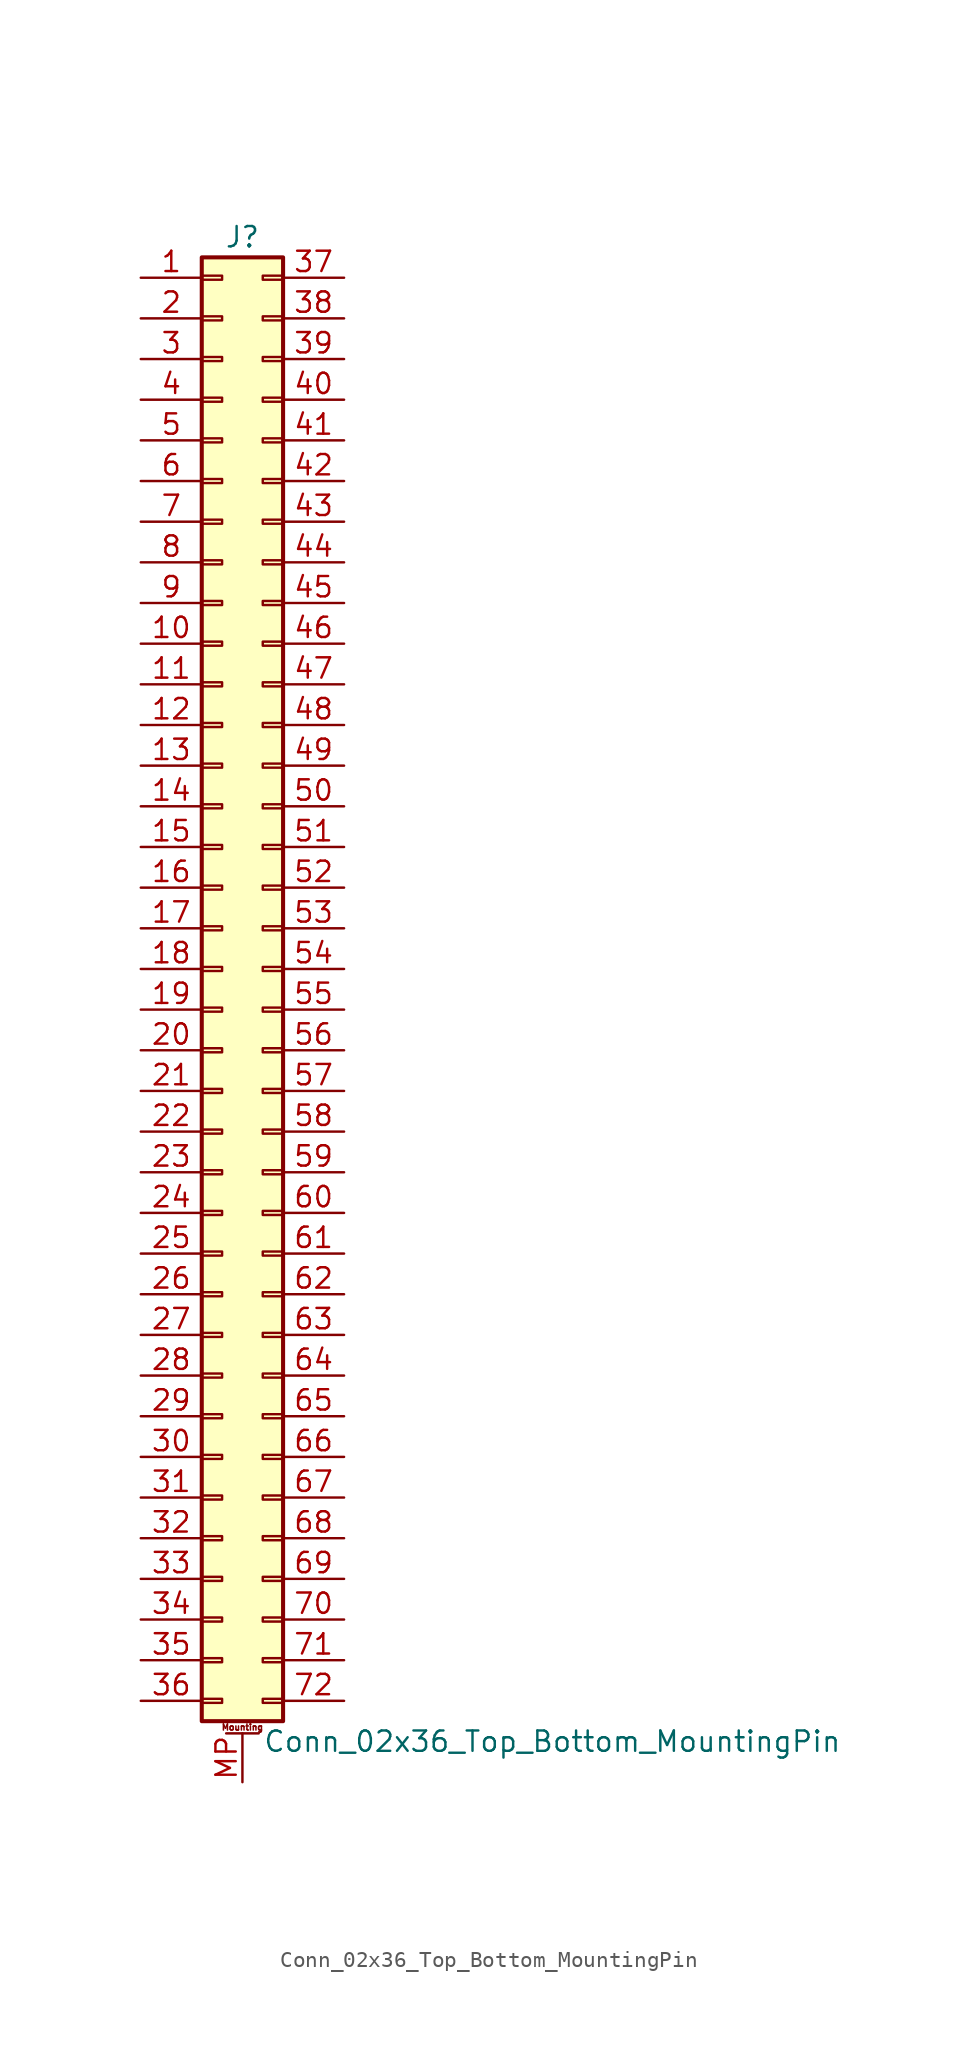
<source format=kicad_sym>
(kicad_symbol_lib
  (version 20201005)
  (generator kicad_symbol_editor)
  (symbol "Conn_02x36_Top_Bottom_MountingPin"
    (pin_names
      (offset 1.016) hide)
    (property "Reference" "J"
      (at 1.27 45.72 0)
      (effects (font (size 1.27 1.27))))
    (property "Value" "Conn_02x36_Top_Bottom_MountingPin"
      (at 2.54 -48.26 0)
      (effects (font (size 1.27 1.27)) (justify left)))
    (symbol "Conn_02x36_Top_Bottom_MountingPin_1_1"
      (text "Mounting" (at 1.27 -47.371 0) (effects (font (size 0.381 0.381))))
      (rectangle (start -1.27 -45.593) (end 0 -45.847) (stroke (width 0.152)) (fill (type none)))
      (rectangle (start -1.27 -43.053) (end 0 -43.307) (stroke (width 0.152)) (fill (type none)))
      (rectangle (start -1.27 -40.513) (end 0 -40.767) (stroke (width 0.152)) (fill (type none)))
      (rectangle (start -1.27 -37.973) (end 0 -38.227) (stroke (width 0.152)) (fill (type none)))
      (rectangle (start -1.27 -35.433) (end 0 -35.687) (stroke (width 0.152)) (fill (type none)))
      (rectangle (start -1.27 -32.893) (end 0 -33.147) (stroke (width 0.152)) (fill (type none)))
      (rectangle (start -1.27 -30.353) (end 0 -30.607) (stroke (width 0.152)) (fill (type none)))
      (rectangle (start -1.27 -27.813) (end 0 -28.067) (stroke (width 0.152)) (fill (type none)))
      (rectangle (start -1.27 -25.273) (end 0 -25.527) (stroke (width 0.152)) (fill (type none)))
      (rectangle (start -1.27 -22.733) (end 0 -22.987) (stroke (width 0.152)) (fill (type none)))
      (rectangle (start -1.27 -20.193) (end 0 -20.447) (stroke (width 0.152)) (fill (type none)))
      (rectangle (start -1.27 -17.653) (end 0 -17.907) (stroke (width 0.152)) (fill (type none)))
      (rectangle (start -1.27 -15.113) (end 0 -15.367) (stroke (width 0.152)) (fill (type none)))
      (rectangle (start -1.27 -12.573) (end 0 -12.827) (stroke (width 0.152)) (fill (type none)))
      (rectangle (start -1.27 -10.033) (end 0 -10.287) (stroke (width 0.152)) (fill (type none)))
      (rectangle (start -1.27 -7.493) (end 0 -7.747) (stroke (width 0.152)) (fill (type none)))
      (rectangle (start -1.27 -4.953) (end 0 -5.207) (stroke (width 0.152)) (fill (type none)))
      (rectangle (start -1.27 -2.413) (end 0 -2.667) (stroke (width 0.152)) (fill (type none)))
      (rectangle (start -1.27 0.127) (end 0 -0.127) (stroke (width 0.152)) (fill (type none)))
      (rectangle (start -1.27 2.667) (end 0 2.413) (stroke (width 0.152)) (fill (type none)))
      (rectangle (start -1.27 5.207) (end 0 4.953) (stroke (width 0.152)) (fill (type none)))
      (rectangle (start -1.27 7.747) (end 0 7.493) (stroke (width 0.152)) (fill (type none)))
      (rectangle (start -1.27 10.287) (end 0 10.033) (stroke (width 0.152)) (fill (type none)))
      (rectangle (start -1.27 12.827) (end 0 12.573) (stroke (width 0.152)) (fill (type none)))
      (rectangle (start -1.27 15.367) (end 0 15.113) (stroke (width 0.152)) (fill (type none)))
      (rectangle (start -1.27 17.907) (end 0 17.653) (stroke (width 0.152)) (fill (type none)))
      (rectangle (start -1.27 20.447) (end 0 20.193) (stroke (width 0.152)) (fill (type none)))
      (rectangle (start -1.27 22.987) (end 0 22.733) (stroke (width 0.152)) (fill (type none)))
      (rectangle (start -1.27 25.527) (end 0 25.273) (stroke (width 0.152)) (fill (type none)))
      (rectangle (start -1.27 28.067) (end 0 27.813) (stroke (width 0.152)) (fill (type none)))
      (rectangle (start -1.27 30.607) (end 0 30.353) (stroke (width 0.152)) (fill (type none)))
      (rectangle (start -1.27 33.147) (end 0 32.893) (stroke (width 0.152)) (fill (type none)))
      (rectangle (start -1.27 35.687) (end 0 35.433) (stroke (width 0.152)) (fill (type none)))
      (rectangle (start -1.27 38.227) (end 0 37.973) (stroke (width 0.152)) (fill (type none)))
      (rectangle (start -1.27 40.767) (end 0 40.513) (stroke (width 0.152)) (fill (type none)))
      (rectangle (start -1.27 43.307) (end 0 43.053) (stroke (width 0.152)) (fill (type none)))
      (rectangle (start -1.27 44.45) (end 3.81 -46.99) (stroke (width 0.254)) (fill (type background)))
      (rectangle (start 3.81 -45.593) (end 2.54 -45.847) (stroke (width 0.152)) (fill (type none)))
      (rectangle (start 3.81 -43.053) (end 2.54 -43.307) (stroke (width 0.152)) (fill (type none)))
      (rectangle (start 3.81 -40.513) (end 2.54 -40.767) (stroke (width 0.152)) (fill (type none)))
      (rectangle (start 3.81 -37.973) (end 2.54 -38.227) (stroke (width 0.152)) (fill (type none)))
      (rectangle (start 3.81 -35.433) (end 2.54 -35.687) (stroke (width 0.152)) (fill (type none)))
      (rectangle (start 3.81 -32.893) (end 2.54 -33.147) (stroke (width 0.152)) (fill (type none)))
      (rectangle (start 3.81 -30.353) (end 2.54 -30.607) (stroke (width 0.152)) (fill (type none)))
      (rectangle (start 3.81 -27.813) (end 2.54 -28.067) (stroke (width 0.152)) (fill (type none)))
      (rectangle (start 3.81 -25.273) (end 2.54 -25.527) (stroke (width 0.152)) (fill (type none)))
      (rectangle (start 3.81 -22.733) (end 2.54 -22.987) (stroke (width 0.152)) (fill (type none)))
      (rectangle (start 3.81 -20.193) (end 2.54 -20.447) (stroke (width 0.152)) (fill (type none)))
      (rectangle (start 3.81 -17.653) (end 2.54 -17.907) (stroke (width 0.152)) (fill (type none)))
      (rectangle (start 3.81 -15.113) (end 2.54 -15.367) (stroke (width 0.152)) (fill (type none)))
      (rectangle (start 3.81 -12.573) (end 2.54 -12.827) (stroke (width 0.152)) (fill (type none)))
      (rectangle (start 3.81 -10.033) (end 2.54 -10.287) (stroke (width 0.152)) (fill (type none)))
      (rectangle (start 3.81 -7.493) (end 2.54 -7.747) (stroke (width 0.152)) (fill (type none)))
      (rectangle (start 3.81 -4.953) (end 2.54 -5.207) (stroke (width 0.152)) (fill (type none)))
      (rectangle (start 3.81 -2.413) (end 2.54 -2.667) (stroke (width 0.152)) (fill (type none)))
      (rectangle (start 3.81 0.127) (end 2.54 -0.127) (stroke (width 0.152)) (fill (type none)))
      (rectangle (start 3.81 2.667) (end 2.54 2.413) (stroke (width 0.152)) (fill (type none)))
      (rectangle (start 3.81 5.207) (end 2.54 4.953) (stroke (width 0.152)) (fill (type none)))
      (rectangle (start 3.81 7.747) (end 2.54 7.493) (stroke (width 0.152)) (fill (type none)))
      (rectangle (start 3.81 10.287) (end 2.54 10.033) (stroke (width 0.152)) (fill (type none)))
      (rectangle (start 3.81 12.827) (end 2.54 12.573) (stroke (width 0.152)) (fill (type none)))
      (rectangle (start 3.81 15.367) (end 2.54 15.113) (stroke (width 0.152)) (fill (type none)))
      (rectangle (start 3.81 17.907) (end 2.54 17.653) (stroke (width 0.152)) (fill (type none)))
      (rectangle (start 3.81 20.447) (end 2.54 20.193) (stroke (width 0.152)) (fill (type none)))
      (rectangle (start 3.81 22.987) (end 2.54 22.733) (stroke (width 0.152)) (fill (type none)))
      (rectangle (start 3.81 25.527) (end 2.54 25.273) (stroke (width 0.152)) (fill (type none)))
      (rectangle (start 3.81 28.067) (end 2.54 27.813) (stroke (width 0.152)) (fill (type none)))
      (rectangle (start 3.81 30.607) (end 2.54 30.353) (stroke (width 0.152)) (fill (type none)))
      (rectangle (start 3.81 33.147) (end 2.54 32.893) (stroke (width 0.152)) (fill (type none)))
      (rectangle (start 3.81 35.687) (end 2.54 35.433) (stroke (width 0.152)) (fill (type none)))
      (rectangle (start 3.81 38.227) (end 2.54 37.973) (stroke (width 0.152)) (fill (type none)))
      (rectangle (start 3.81 40.767) (end 2.54 40.513) (stroke (width 0.152)) (fill (type none)))
      (rectangle (start 3.81 43.307) (end 2.54 43.053) (stroke (width 0.152)) (fill (type none)))
      (polyline (pts (xy 0.254 -47.752) (xy 2.286 -47.752)) (stroke (width 0.152)) (fill (type none)))
      (pin passive line (at -5.08 43.18 0) (length 3.81) (name "Pin_1" (effects (font (size 1.27 1.27)))) (number "1" (effects (font (size 1.27 1.27)))))
      (pin passive line (at -5.08 20.32 0) (length 3.81) (name "Pin_10" (effects (font (size 1.27 1.27)))) (number "10" (effects (font (size 1.27 1.27)))))
      (pin passive line (at -5.08 17.78 0) (length 3.81) (name "Pin_11" (effects (font (size 1.27 1.27)))) (number "11" (effects (font (size 1.27 1.27)))))
      (pin passive line (at -5.08 15.24 0) (length 3.81) (name "Pin_12" (effects (font (size 1.27 1.27)))) (number "12" (effects (font (size 1.27 1.27)))))
      (pin passive line (at -5.08 12.7 0) (length 3.81) (name "Pin_13" (effects (font (size 1.27 1.27)))) (number "13" (effects (font (size 1.27 1.27)))))
      (pin passive line (at -5.08 10.16 0) (length 3.81) (name "Pin_14" (effects (font (size 1.27 1.27)))) (number "14" (effects (font (size 1.27 1.27)))))
      (pin passive line (at -5.08 7.62 0) (length 3.81) (name "Pin_15" (effects (font (size 1.27 1.27)))) (number "15" (effects (font (size 1.27 1.27)))))
      (pin passive line (at -5.08 5.08 0) (length 3.81) (name "Pin_16" (effects (font (size 1.27 1.27)))) (number "16" (effects (font (size 1.27 1.27)))))
      (pin passive line (at -5.08 2.54 0) (length 3.81) (name "Pin_17" (effects (font (size 1.27 1.27)))) (number "17" (effects (font (size 1.27 1.27)))))
      (pin passive line (at -5.08 0 0) (length 3.81) (name "Pin_18" (effects (font (size 1.27 1.27)))) (number "18" (effects (font (size 1.27 1.27)))))
      (pin passive line (at -5.08 -2.54 0) (length 3.81) (name "Pin_19" (effects (font (size 1.27 1.27)))) (number "19" (effects (font (size 1.27 1.27)))))
      (pin passive line (at -5.08 40.64 0) (length 3.81) (name "Pin_2" (effects (font (size 1.27 1.27)))) (number "2" (effects (font (size 1.27 1.27)))))
      (pin passive line (at -5.08 -5.08 0) (length 3.81) (name "Pin_20" (effects (font (size 1.27 1.27)))) (number "20" (effects (font (size 1.27 1.27)))))
      (pin passive line (at -5.08 -7.62 0) (length 3.81) (name "Pin_21" (effects (font (size 1.27 1.27)))) (number "21" (effects (font (size 1.27 1.27)))))
      (pin passive line (at -5.08 -10.16 0) (length 3.81) (name "Pin_22" (effects (font (size 1.27 1.27)))) (number "22" (effects (font (size 1.27 1.27)))))
      (pin passive line (at -5.08 -12.7 0) (length 3.81) (name "Pin_23" (effects (font (size 1.27 1.27)))) (number "23" (effects (font (size 1.27 1.27)))))
      (pin passive line (at -5.08 -15.24 0) (length 3.81) (name "Pin_24" (effects (font (size 1.27 1.27)))) (number "24" (effects (font (size 1.27 1.27)))))
      (pin passive line (at -5.08 -17.78 0) (length 3.81) (name "Pin_25" (effects (font (size 1.27 1.27)))) (number "25" (effects (font (size 1.27 1.27)))))
      (pin passive line (at -5.08 -20.32 0) (length 3.81) (name "Pin_26" (effects (font (size 1.27 1.27)))) (number "26" (effects (font (size 1.27 1.27)))))
      (pin passive line (at -5.08 -22.86 0) (length 3.81) (name "Pin_27" (effects (font (size 1.27 1.27)))) (number "27" (effects (font (size 1.27 1.27)))))
      (pin passive line (at -5.08 -25.4 0) (length 3.81) (name "Pin_28" (effects (font (size 1.27 1.27)))) (number "28" (effects (font (size 1.27 1.27)))))
      (pin passive line (at -5.08 -27.94 0) (length 3.81) (name "Pin_29" (effects (font (size 1.27 1.27)))) (number "29" (effects (font (size 1.27 1.27)))))
      (pin passive line (at -5.08 38.1 0) (length 3.81) (name "Pin_3" (effects (font (size 1.27 1.27)))) (number "3" (effects (font (size 1.27 1.27)))))
      (pin passive line (at -5.08 -30.48 0) (length 3.81) (name "Pin_30" (effects (font (size 1.27 1.27)))) (number "30" (effects (font (size 1.27 1.27)))))
      (pin passive line (at -5.08 -33.02 0) (length 3.81) (name "Pin_31" (effects (font (size 1.27 1.27)))) (number "31" (effects (font (size 1.27 1.27)))))
      (pin passive line (at -5.08 -35.56 0) (length 3.81) (name "Pin_32" (effects (font (size 1.27 1.27)))) (number "32" (effects (font (size 1.27 1.27)))))
      (pin passive line (at -5.08 -38.1 0) (length 3.81) (name "Pin_33" (effects (font (size 1.27 1.27)))) (number "33" (effects (font (size 1.27 1.27)))))
      (pin passive line (at -5.08 -40.64 0) (length 3.81) (name "Pin_34" (effects (font (size 1.27 1.27)))) (number "34" (effects (font (size 1.27 1.27)))))
      (pin passive line (at -5.08 -43.18 0) (length 3.81) (name "Pin_35" (effects (font (size 1.27 1.27)))) (number "35" (effects (font (size 1.27 1.27)))))
      (pin passive line (at -5.08 -45.72 0) (length 3.81) (name "Pin_36" (effects (font (size 1.27 1.27)))) (number "36" (effects (font (size 1.27 1.27)))))
      (pin passive line (at 7.62 43.18 180) (length 3.81) (name "Pin_37" (effects (font (size 1.27 1.27)))) (number "37" (effects (font (size 1.27 1.27)))))
      (pin passive line (at 7.62 40.64 180) (length 3.81) (name "Pin_38" (effects (font (size 1.27 1.27)))) (number "38" (effects (font (size 1.27 1.27)))))
      (pin passive line (at 7.62 38.1 180) (length 3.81) (name "Pin_39" (effects (font (size 1.27 1.27)))) (number "39" (effects (font (size 1.27 1.27)))))
      (pin passive line (at -5.08 35.56 0) (length 3.81) (name "Pin_4" (effects (font (size 1.27 1.27)))) (number "4" (effects (font (size 1.27 1.27)))))
      (pin passive line (at 7.62 35.56 180) (length 3.81) (name "Pin_40" (effects (font (size 1.27 1.27)))) (number "40" (effects (font (size 1.27 1.27)))))
      (pin passive line (at 7.62 33.02 180) (length 3.81) (name "Pin_41" (effects (font (size 1.27 1.27)))) (number "41" (effects (font (size 1.27 1.27)))))
      (pin passive line (at 7.62 30.48 180) (length 3.81) (name "Pin_42" (effects (font (size 1.27 1.27)))) (number "42" (effects (font (size 1.27 1.27)))))
      (pin passive line (at 7.62 27.94 180) (length 3.81) (name "Pin_43" (effects (font (size 1.27 1.27)))) (number "43" (effects (font (size 1.27 1.27)))))
      (pin passive line (at 7.62 25.4 180) (length 3.81) (name "Pin_44" (effects (font (size 1.27 1.27)))) (number "44" (effects (font (size 1.27 1.27)))))
      (pin passive line (at 7.62 22.86 180) (length 3.81) (name "Pin_45" (effects (font (size 1.27 1.27)))) (number "45" (effects (font (size 1.27 1.27)))))
      (pin passive line (at 7.62 20.32 180) (length 3.81) (name "Pin_46" (effects (font (size 1.27 1.27)))) (number "46" (effects (font (size 1.27 1.27)))))
      (pin passive line (at 7.62 17.78 180) (length 3.81) (name "Pin_47" (effects (font (size 1.27 1.27)))) (number "47" (effects (font (size 1.27 1.27)))))
      (pin passive line (at 7.62 15.24 180) (length 3.81) (name "Pin_48" (effects (font (size 1.27 1.27)))) (number "48" (effects (font (size 1.27 1.27)))))
      (pin passive line (at 7.62 12.7 180) (length 3.81) (name "Pin_49" (effects (font (size 1.27 1.27)))) (number "49" (effects (font (size 1.27 1.27)))))
      (pin passive line (at -5.08 33.02 0) (length 3.81) (name "Pin_5" (effects (font (size 1.27 1.27)))) (number "5" (effects (font (size 1.27 1.27)))))
      (pin passive line (at 7.62 10.16 180) (length 3.81) (name "Pin_50" (effects (font (size 1.27 1.27)))) (number "50" (effects (font (size 1.27 1.27)))))
      (pin passive line (at 7.62 7.62 180) (length 3.81) (name "Pin_51" (effects (font (size 1.27 1.27)))) (number "51" (effects (font (size 1.27 1.27)))))
      (pin passive line (at 7.62 5.08 180) (length 3.81) (name "Pin_52" (effects (font (size 1.27 1.27)))) (number "52" (effects (font (size 1.27 1.27)))))
      (pin passive line (at 7.62 2.54 180) (length 3.81) (name "Pin_53" (effects (font (size 1.27 1.27)))) (number "53" (effects (font (size 1.27 1.27)))))
      (pin passive line (at 7.62 0 180) (length 3.81) (name "Pin_54" (effects (font (size 1.27 1.27)))) (number "54" (effects (font (size 1.27 1.27)))))
      (pin passive line (at 7.62 -2.54 180) (length 3.81) (name "Pin_55" (effects (font (size 1.27 1.27)))) (number "55" (effects (font (size 1.27 1.27)))))
      (pin passive line (at 7.62 -5.08 180) (length 3.81) (name "Pin_56" (effects (font (size 1.27 1.27)))) (number "56" (effects (font (size 1.27 1.27)))))
      (pin passive line (at 7.62 -7.62 180) (length 3.81) (name "Pin_57" (effects (font (size 1.27 1.27)))) (number "57" (effects (font (size 1.27 1.27)))))
      (pin passive line (at 7.62 -10.16 180) (length 3.81) (name "Pin_58" (effects (font (size 1.27 1.27)))) (number "58" (effects (font (size 1.27 1.27)))))
      (pin passive line (at 7.62 -12.7 180) (length 3.81) (name "Pin_59" (effects (font (size 1.27 1.27)))) (number "59" (effects (font (size 1.27 1.27)))))
      (pin passive line (at -5.08 30.48 0) (length 3.81) (name "Pin_6" (effects (font (size 1.27 1.27)))) (number "6" (effects (font (size 1.27 1.27)))))
      (pin passive line (at 7.62 -15.24 180) (length 3.81) (name "Pin_60" (effects (font (size 1.27 1.27)))) (number "60" (effects (font (size 1.27 1.27)))))
      (pin passive line (at 7.62 -17.78 180) (length 3.81) (name "Pin_61" (effects (font (size 1.27 1.27)))) (number "61" (effects (font (size 1.27 1.27)))))
      (pin passive line (at 7.62 -20.32 180) (length 3.81) (name "Pin_62" (effects (font (size 1.27 1.27)))) (number "62" (effects (font (size 1.27 1.27)))))
      (pin passive line (at 7.62 -22.86 180) (length 3.81) (name "Pin_63" (effects (font (size 1.27 1.27)))) (number "63" (effects (font (size 1.27 1.27)))))
      (pin passive line (at 7.62 -25.4 180) (length 3.81) (name "Pin_64" (effects (font (size 1.27 1.27)))) (number "64" (effects (font (size 1.27 1.27)))))
      (pin passive line (at 7.62 -27.94 180) (length 3.81) (name "Pin_65" (effects (font (size 1.27 1.27)))) (number "65" (effects (font (size 1.27 1.27)))))
      (pin passive line (at 7.62 -30.48 180) (length 3.81) (name "Pin_66" (effects (font (size 1.27 1.27)))) (number "66" (effects (font (size 1.27 1.27)))))
      (pin passive line (at 7.62 -33.02 180) (length 3.81) (name "Pin_67" (effects (font (size 1.27 1.27)))) (number "67" (effects (font (size 1.27 1.27)))))
      (pin passive line (at 7.62 -35.56 180) (length 3.81) (name "Pin_68" (effects (font (size 1.27 1.27)))) (number "68" (effects (font (size 1.27 1.27)))))
      (pin passive line (at 7.62 -38.1 180) (length 3.81) (name "Pin_69" (effects (font (size 1.27 1.27)))) (number "69" (effects (font (size 1.27 1.27)))))
      (pin passive line (at -5.08 27.94 0) (length 3.81) (name "Pin_7" (effects (font (size 1.27 1.27)))) (number "7" (effects (font (size 1.27 1.27)))))
      (pin passive line (at 7.62 -40.64 180) (length 3.81) (name "Pin_70" (effects (font (size 1.27 1.27)))) (number "70" (effects (font (size 1.27 1.27)))))
      (pin passive line (at 7.62 -43.18 180) (length 3.81) (name "Pin_71" (effects (font (size 1.27 1.27)))) (number "71" (effects (font (size 1.27 1.27)))))
      (pin passive line (at 7.62 -45.72 180) (length 3.81) (name "Pin_72" (effects (font (size 1.27 1.27)))) (number "72" (effects (font (size 1.27 1.27)))))
      (pin passive line (at -5.08 25.4 0) (length 3.81) (name "Pin_8" (effects (font (size 1.27 1.27)))) (number "8" (effects (font (size 1.27 1.27)))))
      (pin passive line (at -5.08 22.86 0) (length 3.81) (name "Pin_9" (effects (font (size 1.27 1.27)))) (number "9" (effects (font (size 1.27 1.27)))))
      (pin passive line (at 1.27 -50.8 90) (length 3.048) (name "MountPin" (effects (font (size 1.27 1.27)))) (number "MP" (effects (font (size 1.27 1.27))))))))
</source>
